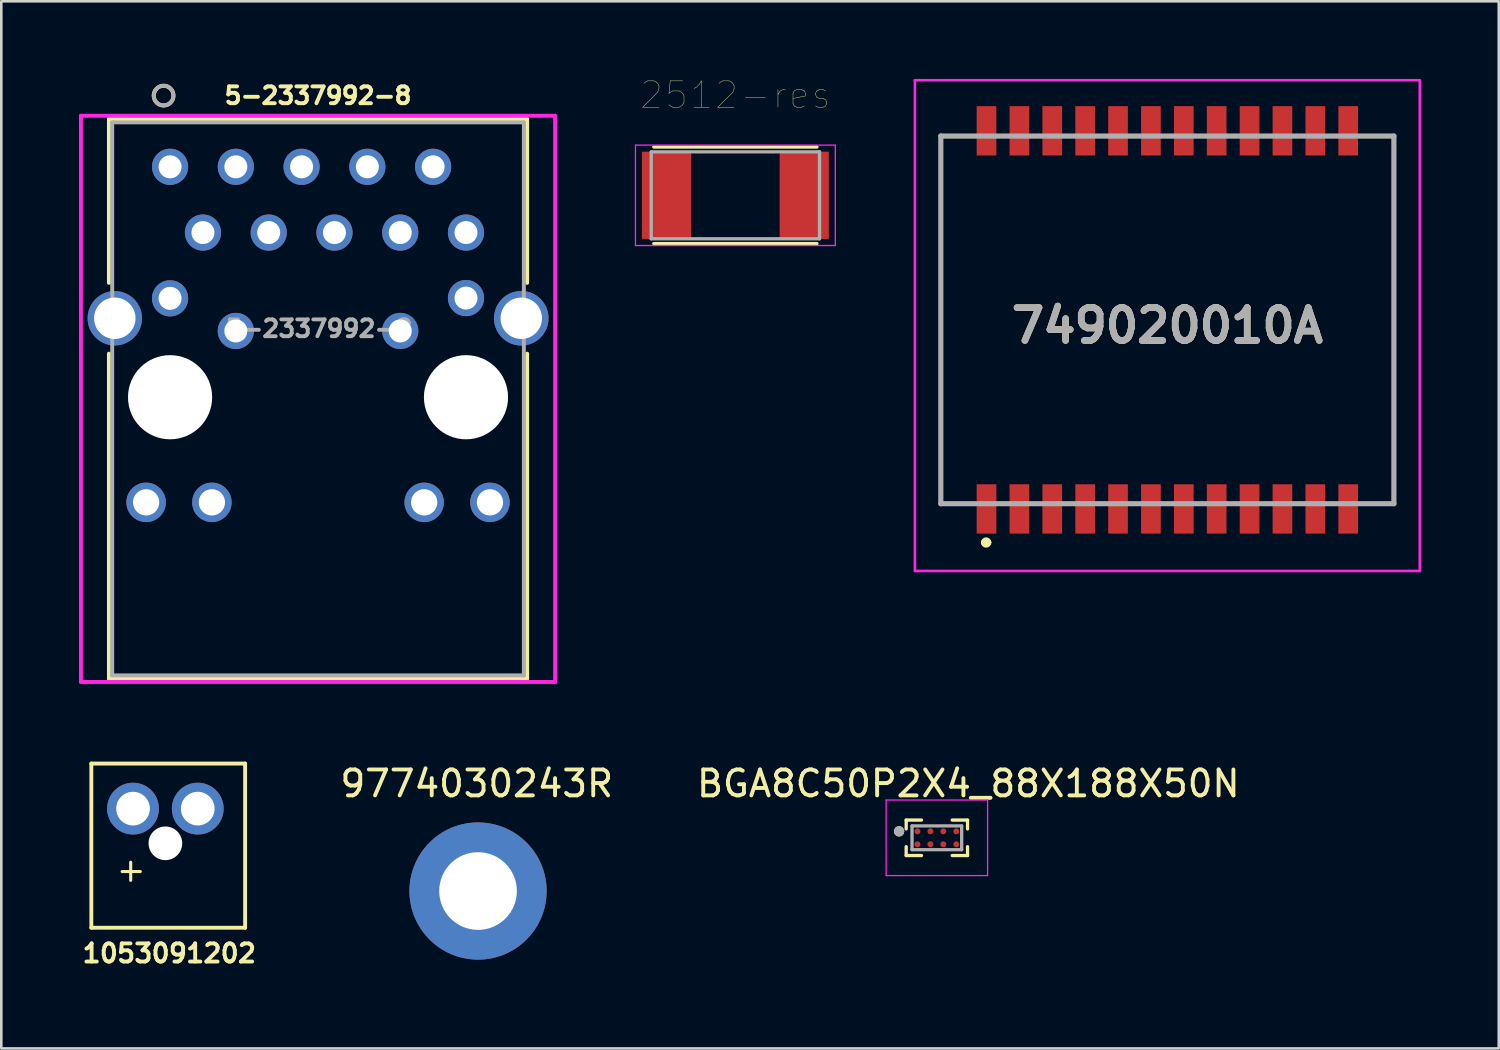
<source format=kicad_pcb>
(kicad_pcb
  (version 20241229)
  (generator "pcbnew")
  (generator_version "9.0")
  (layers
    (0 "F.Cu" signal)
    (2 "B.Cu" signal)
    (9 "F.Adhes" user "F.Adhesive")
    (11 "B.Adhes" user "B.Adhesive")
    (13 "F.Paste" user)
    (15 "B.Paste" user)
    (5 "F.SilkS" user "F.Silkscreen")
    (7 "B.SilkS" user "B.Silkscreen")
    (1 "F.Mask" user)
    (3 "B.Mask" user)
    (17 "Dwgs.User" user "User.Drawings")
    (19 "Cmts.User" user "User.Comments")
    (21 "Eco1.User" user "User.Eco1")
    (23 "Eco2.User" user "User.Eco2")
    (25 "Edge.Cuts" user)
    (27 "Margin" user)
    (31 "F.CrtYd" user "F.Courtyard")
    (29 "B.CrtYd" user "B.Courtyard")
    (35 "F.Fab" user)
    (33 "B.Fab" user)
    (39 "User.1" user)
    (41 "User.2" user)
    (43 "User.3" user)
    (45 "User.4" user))
  (footprint "2512-res"
    (layer "F.Cu")
    (at 25.354 4.494)
    (property "Reference" "2512-res" (at -0.000345 -3.873 0) (layer "F.SilkS") (effects (font (size 1.016 1.016) (thickness 0.015))))
    (attr through_hole)
    (fp_line (start -3.15 -1.865) (end 3.15 -1.865) (stroke (width 0.127) (type solid)) (layer "F.SilkS"))
    (fp_line (start -3.15 1.865) (end 3.15 1.865) (stroke (width 0.127) (type solid)) (layer "F.SilkS"))
    (fp_line (start -3.86 -1.94) (end 3.86 -1.94) (stroke (width 0.05) (type solid)) (layer "F.CrtYd"))
    (fp_line (start -3.86 1.94) (end -3.86 -1.94) (stroke (width 0.05) (type solid)) (layer "F.CrtYd"))
    (fp_line (start 3.86 -1.94) (end 3.86 1.94) (stroke (width 0.05) (type solid)) (layer "F.CrtYd"))
    (fp_line (start 3.86 1.94) (end -3.86 1.94) (stroke (width 0.05) (type solid)) (layer "F.CrtYd"))
    (fp_line (start -3.25 -1.68) (end -3.25 1.68) (stroke (width 0.127) (type solid)) (layer "F.Fab"))
    (fp_line (start -3.25 -1.68) (end 3.25 -1.68) (stroke (width 0.127) (type solid)) (layer "F.Fab"))
    (fp_line (start -3.25 1.68) (end 3.25 1.68) (stroke (width 0.127) (type solid)) (layer "F.Fab"))
    (fp_line (start 3.25 -1.68) (end 3.25 1.68) (stroke (width 0.127) (type solid)) (layer "F.Fab"))
    (pad "1" smd rect (at -2.66 0) (size 1.9 3.37) (layers "F.Cu" "F.Mask" "F.Paste"))
    (pad "2" smd rect (at 2.66 0) (size 1.9 3.37) (layers "F.Cu" "F.Mask" "F.Paste")))
  (footprint "5-2337992-8"
    (layer "F.Cu")
    (at 3.519 3.393)
    (property "Reference" "5-2337992-8" (at 5.715 -2.75 0) (layer "F.SilkS") (effects (font (size 0.65 0.65) (thickness 0.15))))
    (attr through_hole)
    (fp_line (start -2.362 -1.844) (end -2.362 4.482) (stroke (width 0.152) (type solid)) (layer "F.SilkS"))
    (fp_line (start -2.362 7.218) (end -2.362 19.771) (stroke (width 0.152) (type solid)) (layer "F.SilkS"))
    (fp_line (start -2.362 19.771) (end 13.792 19.771) (stroke (width 0.152) (type solid)) (layer "F.SilkS"))
    (fp_line (start 13.792 -1.844) (end -2.362 -1.844) (stroke (width 0.152) (type solid)) (layer "F.SilkS"))
    (fp_line (start 13.792 4.482) (end 13.792 -1.844) (stroke (width 0.152) (type solid)) (layer "F.SilkS"))
    (fp_line (start 13.792 19.771) (end 13.792 7.218) (stroke (width 0.152) (type solid)) (layer "F.SilkS"))
    (fp_circle (center -0.25 -2.75) (end 0.131 -2.75) (stroke (width 0.152) (type solid)) (fill no) (layer "F.SilkS"))
    (fp_line (start -3.443 -1.971) (end -3.443 19.898) (stroke (width 0.152) (type solid)) (layer "F.CrtYd"))
    (fp_line (start -3.443 19.898) (end 14.873 19.898) (stroke (width 0.152) (type solid)) (layer "F.CrtYd"))
    (fp_line (start 14.873 -1.971) (end -3.443 -1.971) (stroke (width 0.152) (type solid)) (layer "F.CrtYd"))
    (fp_line (start 14.873 19.898) (end 14.873 -1.971) (stroke (width 0.152) (type solid)) (layer "F.CrtYd"))
    (fp_line (start -2.235 -1.717) (end -2.235 19.644) (stroke (width 0.152) (type solid)) (layer "F.Fab"))
    (fp_line (start -2.235 19.644) (end 13.665 19.644) (stroke (width 0.152) (type solid)) (layer "F.Fab"))
    (fp_line (start 13.665 -1.717) (end -2.235 -1.717) (stroke (width 0.152) (type solid)) (layer "F.Fab"))
    (fp_line (start 13.665 19.644) (end 13.665 -1.717) (stroke (width 0.152) (type solid)) (layer "F.Fab"))
    (fp_circle (center -0.25 -2.75) (end 0.131 -2.75) (stroke (width 0.152) (type solid)) (fill no) (layer "F.Fab"))
    (fp_text user "${REFERENCE}" (at 5.75 6.25 0) (layer "F.Fab") (effects (font (size 0.65 0.65) (thickness 0.15))))
    (pad "" np_thru_hole circle (at 0 8.9) (size 3.25 3.25) (drill 3.25) (layers "*.Cu" "*.Mask"))
    (pad "" np_thru_hole circle (at 11.43 8.9) (size 3.25 3.25) (drill 3.25) (layers "*.Cu" "*.Mask"))
    (pad "1" thru_hole circle (at 0 0) (size 1.397 1.397) (drill 0.889) (layers "*.Cu" "*.Mask"))
    (pad "2" thru_hole circle (at 1.27 2.54) (size 1.397 1.397) (drill 0.889) (layers "*.Cu" "*.Mask"))
    (pad "3" thru_hole circle (at 2.54 0) (size 1.397 1.397) (drill 0.889) (layers "*.Cu" "*.Mask"))
    (pad "4" thru_hole circle (at 3.81 2.54) (size 1.397 1.397) (drill 0.889) (layers "*.Cu" "*.Mask"))
    (pad "5" thru_hole circle (at 5.08 0) (size 1.397 1.397) (drill 0.889) (layers "*.Cu" "*.Mask"))
    (pad "6" thru_hole circle (at 6.35 2.54) (size 1.397 1.397) (drill 0.889) (layers "*.Cu" "*.Mask"))
    (pad "7" thru_hole circle (at 7.62 0) (size 1.397 1.397) (drill 0.889) (layers "*.Cu" "*.Mask"))
    (pad "8" thru_hole circle (at 8.89 2.54) (size 1.397 1.397) (drill 0.889) (layers "*.Cu" "*.Mask"))
    (pad "9" thru_hole circle (at 10.16 0) (size 1.397 1.397) (drill 0.889) (layers "*.Cu" "*.Mask"))
    (pad "10" thru_hole circle (at 11.43 2.54) (size 1.397 1.397) (drill 0.889) (layers "*.Cu" "*.Mask"))
    (pad "11" thru_hole circle (at 0 5.08) (size 1.397 1.397) (drill 0.889) (layers "*.Cu" "*.Mask"))
    (pad "12" thru_hole circle (at 2.54 6.34) (size 1.397 1.397) (drill 0.889) (layers "*.Cu" "*.Mask"))
    (pad "13" thru_hole circle (at 8.89 6.34) (size 1.397 1.397) (drill 0.889) (layers "*.Cu" "*.Mask"))
    (pad "14" thru_hole circle (at 11.43 5.07) (size 1.397 1.397) (drill 0.889) (layers "*.Cu" "*.Mask"))
    (pad "15" thru_hole circle (at -0.925 12.96) (size 1.524 1.524) (drill 1.016) (layers "*.Cu" "*.Mask"))
    (pad "16" thru_hole circle (at 1.615 12.96) (size 1.524 1.524) (drill 1.016) (layers "*.Cu" "*.Mask"))
    (pad "17" thru_hole circle (at 9.815 12.96) (size 1.524 1.524) (drill 1.016) (layers "*.Cu" "*.Mask"))
    (pad "18" thru_hole circle (at 12.355 12.96) (size 1.524 1.524) (drill 1.016) (layers "*.Cu" "*.Mask"))
    (pad "19" thru_hole circle (at -2.135 5.85) (size 2.1 2.1) (drill 1.6) (layers "*.Cu" "*.Mask"))
    (pad "20" thru_hole circle (at 13.565 5.85) (size 2.108 2.108) (drill 1.6) (layers "*.Cu" "*.Mask")))
  (footprint "BGA8C50P2X4_88X188X50N"
    (layer "F.Cu")
    (at 33.136 29.31)
    (property "Reference" "BGA8C50P2X4_88X188X50N" (at 1.216 -2.094 0) (layer "F.SilkS") (effects (font (size 1 1) (thickness 0.15))))
    (attr smd)
    (fp_line (start -1.185 -0.685) (end -1.185 -0.343) (stroke (width 0.127) (type solid)) (layer "F.SilkS"))
    (fp_line (start -1.185 -0.685) (end -0.593 -0.685) (stroke (width 0.127) (type solid)) (layer "F.SilkS"))
    (fp_line (start -1.185 0.685) (end -1.185 0.343) (stroke (width 0.127) (type solid)) (layer "F.SilkS"))
    (fp_line (start -1.185 0.685) (end -0.593 0.685) (stroke (width 0.127) (type solid)) (layer "F.SilkS"))
    (fp_line (start 1.185 -0.685) (end 0.593 -0.685) (stroke (width 0.127) (type solid)) (layer "F.SilkS"))
    (fp_line (start 1.185 -0.685) (end 1.185 -0.343) (stroke (width 0.127) (type solid)) (layer "F.SilkS"))
    (fp_line (start 1.185 0.685) (end 0.593 0.685) (stroke (width 0.127) (type solid)) (layer "F.SilkS"))
    (fp_line (start 1.185 0.685) (end 1.185 0.343) (stroke (width 0.127) (type solid)) (layer "F.SilkS"))
    (fp_circle (center -1.459 -0.25) (end -1.359 -0.25) (stroke (width 0.2) (type solid)) (fill no) (layer "F.SilkS"))
    (fp_line (start -1.959 -1.459) (end 1.959 -1.459) (stroke (width 0.05) (type solid)) (layer "F.CrtYd"))
    (fp_line (start -1.959 1.459) (end -1.959 -1.459) (stroke (width 0.05) (type solid)) (layer "F.CrtYd"))
    (fp_line (start -1.959 1.459) (end 1.959 1.459) (stroke (width 0.05) (type solid)) (layer "F.CrtYd"))
    (fp_line (start 1.959 1.459) (end 1.959 -1.459) (stroke (width 0.05) (type solid)) (layer "F.CrtYd"))
    (fp_line (start -0.959 0.459) (end -0.959 -0.459) (stroke (width 0.127) (type solid)) (layer "F.Fab"))
    (fp_line (start 0.959 -0.459) (end -0.959 -0.459) (stroke (width 0.127) (type solid)) (layer "F.Fab"))
    (fp_line (start 0.959 0.459) (end -0.959 0.459) (stroke (width 0.127) (type solid)) (layer "F.Fab"))
    (fp_line (start 0.959 0.459) (end 0.959 -0.459) (stroke (width 0.127) (type solid)) (layer "F.Fab"))
    (fp_circle (center -1.459 -0.25) (end -1.359 -0.25) (stroke (width 0.2) (type solid)) (fill no) (layer "F.Fab"))
    (pad "A1" smd circle (at -0.75 -0.25) (size 0.23 0.23) (layers "F.Cu" "F.Mask" "F.Paste"))
    (pad "A2" smd circle (at -0.75 0.25) (size 0.23 0.23) (layers "F.Cu" "F.Mask" "F.Paste"))
    (pad "B1" smd circle (at -0.25 -0.25) (size 0.23 0.23) (layers "F.Cu" "F.Mask" "F.Paste"))
    (pad "B2" smd circle (at -0.25 0.25) (size 0.23 0.23) (layers "F.Cu" "F.Mask" "F.Paste"))
    (pad "C1" smd circle (at 0.25 -0.25) (size 0.23 0.23) (layers "F.Cu" "F.Mask" "F.Paste"))
    (pad "C2" smd circle (at 0.25 0.25) (size 0.23 0.23) (layers "F.Cu" "F.Mask" "F.Paste"))
    (pad "D1" smd circle (at 0.75 -0.25) (size 0.23 0.23) (layers "F.Cu" "F.Mask" "F.Paste"))
    (pad "D2" smd circle (at 0.75 0.25) (size 0.23 0.23) (layers "F.Cu" "F.Mask" "F.Paste")))
  (footprint "9774030243R"
    (layer "F.Cu")
    (at 15.364 31.416)
    (property "Reference" "9774030243R" (at 0 -4.2 0) (layer "F.SilkS") (effects (font (size 1 1) (thickness 0.15))))
    (attr through_hole)
    (pad "~" thru_hole circle (at 0.05 -0.05) (size 5.3 5.3) (drill 3) (layers "F.Cu" "F.Mask")))
  (footprint "1053091202"
    (layer "F.Cu")
    (at 3.338 28.183)
    (property "Reference" "1053091202" (at 0.15 5.59 0) (layer "F.SilkS") (effects (font (size 0.7 0.7) (thickness 0.15))))
    (attr through_hole)
    (fp_line (start -2.86 -1.74) (end -2.86 4.6) (stroke (width 0.15) (type solid)) (layer "F.SilkS"))
    (fp_line (start -2.86 -1.74) (end 3.08 -1.74) (stroke (width 0.15) (type solid)) (layer "F.SilkS"))
    (fp_line (start -2.86 4.6) (end 3.08 4.6) (stroke (width 0.15) (type solid)) (layer "F.SilkS"))
    (fp_line (start -1.67 2.43) (end -0.97 2.43) (stroke (width 0.12) (type solid)) (layer "F.SilkS"))
    (fp_line (start -1.34 2.77) (end -1.34 2.07) (stroke (width 0.12) (type solid)) (layer "F.SilkS"))
    (fp_line (start 3.08 -1.74) (end 3.08 4.6) (stroke (width 0.15) (type solid)) (layer "F.SilkS"))
    (pad "" np_thru_hole circle (at 0 1.34) (size 1.3 1.3) (drill 1.3) (layers "*.Cu" "*.Mask"))
    (pad "1" thru_hole circle (at 1.25 0) (size 2 2) (drill 1.3) (layers "*.Cu" "*.Mask"))
    (pad "2" thru_hole circle (at -1.25 0) (size 2 2) (drill 1.3) (layers "*.Cu" "*.Mask")))
  (footprint "749020010A"
    (layer "F.Cu")
    (at 42.039 9.527)
    (property "Reference" "749020010A" (at 0 0 0) (layer "F.SilkS") (effects (font (size 1.27 1.27) (thickness 0.254))))
    (attr smd)
    (fp_line (start -8.75 -7.322) (end -8.75 6.878) (stroke (width 0.1) (type solid)) (layer "F.SilkS"))
    (fp_line (start -8.75 6.878) (end -8 6.878) (stroke (width 0.1) (type solid)) (layer "F.SilkS"))
    (fp_line (start -8 -7.322) (end -8.75 -7.322) (stroke (width 0.1) (type solid)) (layer "F.SilkS"))
    (fp_line (start -7.1 8.378) (end -7.1 8.378) (stroke (width 0.2) (type solid)) (layer "F.SilkS"))
    (fp_line (start -6.9 8.378) (end -6.9 8.378) (stroke (width 0.2) (type solid)) (layer "F.SilkS"))
    (fp_line (start 8 -7.322) (end 8.75 -7.322) (stroke (width 0.1) (type solid)) (layer "F.SilkS"))
    (fp_line (start 8.75 -7.322) (end 8.75 6.878) (stroke (width 0.1) (type solid)) (layer "F.SilkS"))
    (fp_line (start 8.75 6.878) (end 8 6.878) (stroke (width 0.1) (type solid)) (layer "F.SilkS"))
    (fp_arc (start -7.1 8.378) (mid -7.001 8.277) (end -6.9 8.376) (stroke (width 0.2) (type solid)) (layer "F.SilkS"))
    (fp_arc (start -6.9 8.378) (mid -7.0005 8.4775) (end -7.1 8.377) (stroke (width 0.2) (type solid)) (layer "F.SilkS"))
    (fp_line (start -9.75 -9.477) (end 9.75 -9.477) (stroke (width 0.1) (type solid)) (layer "F.CrtYd"))
    (fp_line (start -9.75 9.477) (end -9.75 -9.477) (stroke (width 0.1) (type solid)) (layer "F.CrtYd"))
    (fp_line (start 9.75 -9.477) (end 9.75 9.477) (stroke (width 0.1) (type solid)) (layer "F.CrtYd"))
    (fp_line (start 9.75 9.477) (end -9.75 9.477) (stroke (width 0.1) (type solid)) (layer "F.CrtYd"))
    (fp_line (start -8.75 -7.322) (end 8.75 -7.322) (stroke (width 0.2) (type solid)) (layer "F.Fab"))
    (fp_line (start -8.75 6.878) (end -8.75 -7.322) (stroke (width 0.2) (type solid)) (layer "F.Fab"))
    (fp_line (start 8.75 -7.322) (end 8.75 6.878) (stroke (width 0.2) (type solid)) (layer "F.Fab"))
    (fp_line (start 8.75 6.878) (end -8.75 6.878) (stroke (width 0.2) (type solid)) (layer "F.Fab"))
    (fp_text user "${REFERENCE}" (at 0 0 0) (layer "F.Fab") (effects (font (size 1.27 1.27) (thickness 0.254))))
    (pad "1" smd rect (at -6.985 7.08) (size 0.76 1.905) (layers "F.Cu" "F.Mask" "F.Paste"))
    (pad "2" smd rect (at -5.715 7.08) (size 0.76 1.905) (layers "F.Cu" "F.Mask" "F.Paste"))
    (pad "3" smd rect (at -4.445 7.08) (size 0.76 1.905) (layers "F.Cu" "F.Mask" "F.Paste"))
    (pad "4" smd rect (at -3.175 7.08) (size 0.76 1.905) (layers "F.Cu" "F.Mask" "F.Paste"))
    (pad "5" smd rect (at -1.905 7.08) (size 0.76 1.905) (layers "F.Cu" "F.Mask" "F.Paste"))
    (pad "6" smd rect (at -0.635 7.08) (size 0.76 1.905) (layers "F.Cu" "F.Mask" "F.Paste"))
    (pad "7" smd rect (at 0.635 7.08) (size 0.76 1.905) (layers "F.Cu" "F.Mask" "F.Paste"))
    (pad "8" smd rect (at 1.905 7.08) (size 0.76 1.905) (layers "F.Cu" "F.Mask" "F.Paste"))
    (pad "9" smd rect (at 3.175 7.08) (size 0.76 1.905) (layers "F.Cu" "F.Mask" "F.Paste"))
    (pad "10" smd rect (at 4.445 7.08) (size 0.76 1.905) (layers "F.Cu" "F.Mask" "F.Paste"))
    (pad "11" smd rect (at 5.715 7.08) (size 0.76 1.905) (layers "F.Cu" "F.Mask" "F.Paste"))
    (pad "12" smd rect (at 6.985 7.08) (size 0.76 1.905) (layers "F.Cu" "F.Mask" "F.Paste"))
    (pad "13" smd rect (at 6.985 -7.525) (size 0.76 1.905) (layers "F.Cu" "F.Mask" "F.Paste"))
    (pad "14" smd rect (at 5.715 -7.525) (size 0.76 1.905) (layers "F.Cu" "F.Mask" "F.Paste"))
    (pad "15" smd rect (at 4.445 -7.525) (size 0.76 1.905) (layers "F.Cu" "F.Mask" "F.Paste"))
    (pad "16" smd rect (at 3.175 -7.525) (size 0.76 1.905) (layers "F.Cu" "F.Mask" "F.Paste"))
    (pad "17" smd rect (at 1.905 -7.525) (size 0.76 1.905) (layers "F.Cu" "F.Mask" "F.Paste"))
    (pad "18" smd rect (at 0.635 -7.525) (size 0.76 1.905) (layers "F.Cu" "F.Mask" "F.Paste"))
    (pad "19" smd rect (at -0.635 -7.525) (size 0.76 1.905) (layers "F.Cu" "F.Mask" "F.Paste"))
    (pad "20" smd rect (at -1.905 -7.525) (size 0.76 1.905) (layers "F.Cu" "F.Mask" "F.Paste"))
    (pad "21" smd rect (at -3.175 -7.525) (size 0.76 1.905) (layers "F.Cu" "F.Mask" "F.Paste"))
    (pad "22" smd rect (at -4.445 -7.525) (size 0.76 1.905) (layers "F.Cu" "F.Mask" "F.Paste"))
    (pad "23" smd rect (at -5.715 -7.525) (size 0.76 1.905) (layers "F.Cu" "F.Mask" "F.Paste"))
    (pad "24" smd rect (at -6.985 -7.525) (size 0.76 1.905) (layers "F.Cu" "F.Mask" "F.Paste")))
  (gr_rect
    (start -3 -3)
    (end 54.839 37.446)
    (stroke (width 0.1) (type default))
    (fill no)
    (layer "Edge.Cuts")))
</source>
